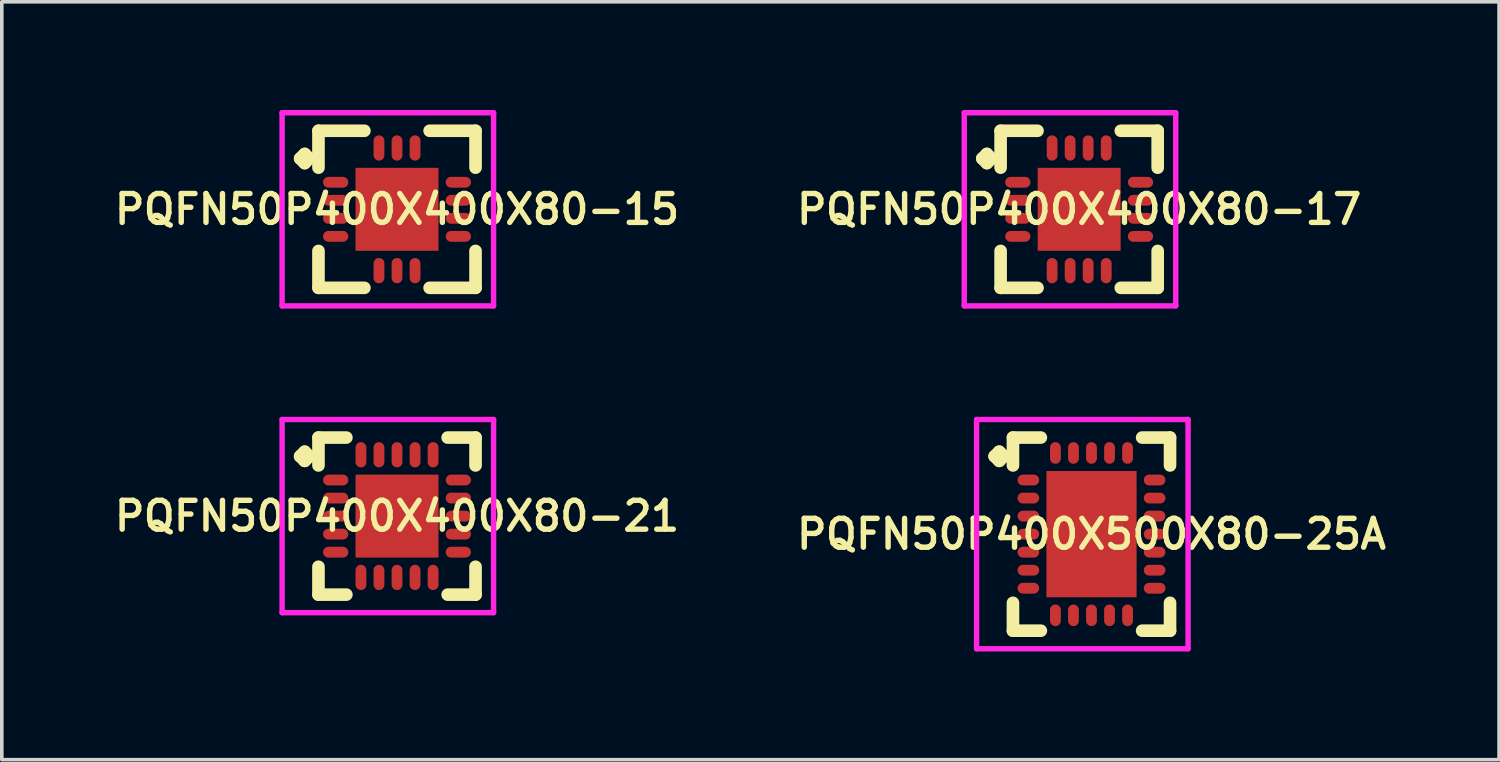
<source format=kicad_pcb>
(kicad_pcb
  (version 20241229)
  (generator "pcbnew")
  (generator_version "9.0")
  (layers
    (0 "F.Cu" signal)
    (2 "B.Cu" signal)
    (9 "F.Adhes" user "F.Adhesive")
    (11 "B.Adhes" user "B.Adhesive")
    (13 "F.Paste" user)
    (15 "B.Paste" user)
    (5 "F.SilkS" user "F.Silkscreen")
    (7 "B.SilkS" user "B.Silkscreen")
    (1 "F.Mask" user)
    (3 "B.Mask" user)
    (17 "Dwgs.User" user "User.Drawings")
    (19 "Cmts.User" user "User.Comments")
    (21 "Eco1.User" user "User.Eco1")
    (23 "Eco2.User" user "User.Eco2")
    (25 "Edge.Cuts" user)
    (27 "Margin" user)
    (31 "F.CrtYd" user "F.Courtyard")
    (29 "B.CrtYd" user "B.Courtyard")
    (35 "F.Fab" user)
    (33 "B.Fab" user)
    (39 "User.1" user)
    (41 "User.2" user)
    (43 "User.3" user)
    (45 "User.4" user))
  (footprint "PQFN50P400X400X80-15"
    (layer "F.Cu")
    (at 7.955 2.752)
    (property "Reference" "PQFN50P400X400X80-15" (at 0 0 0) (layer "F.SilkS") (effects (font (size 0.8 0.8) (thickness 0.15))))
    (attr smd)
    (fp_line (start -2.685 -1.408) (end -2.558 -1.535) (stroke (width 0.35) (type solid)) (layer "F.SilkS"))
    (fp_line (start -2.558 -1.535) (end -2.431 -1.408) (stroke (width 0.35) (type solid)) (layer "F.SilkS"))
    (fp_line (start -2.558 -1.281) (end -2.685 -1.408) (stroke (width 0.35) (type solid)) (layer "F.SilkS"))
    (fp_line (start -2.431 -1.408) (end -2.558 -1.281) (stroke (width 0.35) (type solid)) (layer "F.SilkS"))
    (fp_line (start -2.177 -2.177) (end -0.904 -2.177) (stroke (width 0.35) (type solid)) (layer "F.SilkS"))
    (fp_line (start -2.177 -1.154) (end -2.177 -2.177) (stroke (width 0.35) (type solid)) (layer "F.SilkS"))
    (fp_line (start -2.177 1.154) (end -2.177 2.177) (stroke (width 0.35) (type solid)) (layer "F.SilkS"))
    (fp_line (start -2.177 2.177) (end -0.904 2.177) (stroke (width 0.35) (type solid)) (layer "F.SilkS"))
    (fp_line (start 0.904 -2.177) (end 2.177 -2.177) (stroke (width 0.35) (type solid)) (layer "F.SilkS"))
    (fp_line (start 0.904 2.177) (end 2.177 2.177) (stroke (width 0.35) (type solid)) (layer "F.SilkS"))
    (fp_line (start 2.177 -2.177) (end 2.177 -1.154) (stroke (width 0.35) (type solid)) (layer "F.SilkS"))
    (fp_line (start 2.177 2.177) (end 2.177 1.154) (stroke (width 0.35) (type solid)) (layer "F.SilkS"))
    (fp_line (start -3.185 -2.677) (end 2.677 -2.677) (stroke (width 0.15) (type solid)) (layer "F.CrtYd"))
    (fp_line (start -3.185 2.677) (end -3.185 -2.677) (stroke (width 0.15) (type solid)) (layer "F.CrtYd"))
    (fp_line (start 2.677 -2.677) (end 2.677 2.677) (stroke (width 0.15) (type solid)) (layer "F.CrtYd"))
    (fp_line (start 2.677 2.677) (end -3.185 2.677) (stroke (width 0.15) (type solid)) (layer "F.CrtYd"))
    (pad "1" smd oval (at -1.7 -0.75) (size 0.7 0.3) (layers "F.Cu" "F.Mask" "F.Paste"))
    (pad "2" smd oval (at -1.7 -0.25) (size 0.7 0.3) (layers "F.Cu" "F.Mask" "F.Paste"))
    (pad "3" smd oval (at -1.7 0.25) (size 0.7 0.3) (layers "F.Cu" "F.Mask" "F.Paste"))
    (pad "4" smd oval (at -1.7 0.75) (size 0.7 0.3) (layers "F.Cu" "F.Mask" "F.Paste"))
    (pad "5" smd oval (at -0.5 1.7) (size 0.3 0.7) (layers "F.Cu" "F.Mask" "F.Paste"))
    (pad "6" smd oval (at 0 1.7) (size 0.3 0.7) (layers "F.Cu" "F.Mask" "F.Paste"))
    (pad "7" smd oval (at 0.5 1.7) (size 0.3 0.7) (layers "F.Cu" "F.Mask" "F.Paste"))
    (pad "8" smd oval (at 1.7 0.75) (size 0.7 0.3) (layers "F.Cu" "F.Mask" "F.Paste"))
    (pad "9" smd oval (at 1.7 0.25) (size 0.7 0.3) (layers "F.Cu" "F.Mask" "F.Paste"))
    (pad "10" smd oval (at 1.7 -0.25) (size 0.7 0.3) (layers "F.Cu" "F.Mask" "F.Paste"))
    (pad "11" smd oval (at 1.7 -0.75) (size 0.7 0.3) (layers "F.Cu" "F.Mask" "F.Paste"))
    (pad "12" smd oval (at 0.5 -1.7) (size 0.3 0.7) (layers "F.Cu" "F.Mask" "F.Paste"))
    (pad "13" smd oval (at 0 -1.7) (size 0.3 0.7) (layers "F.Cu" "F.Mask" "F.Paste"))
    (pad "14" smd oval (at -0.5 -1.7) (size 0.3 0.7) (layers "F.Cu" "F.Mask" "F.Paste"))
    (pad "15" smd rect (at 0 0) (size 2.3 2.3) (layers "F.Cu" "F.Mask" "F.Paste")))
  (footprint "PQFN50P400X500X80-25A"
    (layer "F.Cu")
    (at 27.206 11.756)
    (property "Reference" "PQFN50P400X500X80-25A" (at 0 0 0) (layer "F.SilkS") (effects (font (size 0.8 0.8) (thickness 0.15))))
    (attr smd)
    (fp_line (start -2.685 -2.158) (end -2.558 -2.285) (stroke (width 0.35) (type solid)) (layer "F.SilkS"))
    (fp_line (start -2.558 -2.285) (end -2.431 -2.158) (stroke (width 0.35) (type solid)) (layer "F.SilkS"))
    (fp_line (start -2.558 -2.031) (end -2.685 -2.158) (stroke (width 0.35) (type solid)) (layer "F.SilkS"))
    (fp_line (start -2.431 -2.158) (end -2.558 -2.031) (stroke (width 0.35) (type solid)) (layer "F.SilkS"))
    (fp_line (start -2.177 -2.677) (end -1.404 -2.677) (stroke (width 0.35) (type solid)) (layer "F.SilkS"))
    (fp_line (start -2.177 -1.904) (end -2.177 -2.677) (stroke (width 0.35) (type solid)) (layer "F.SilkS"))
    (fp_line (start -2.177 1.904) (end -2.177 2.677) (stroke (width 0.35) (type solid)) (layer "F.SilkS"))
    (fp_line (start -2.177 2.677) (end -1.404 2.677) (stroke (width 0.35) (type solid)) (layer "F.SilkS"))
    (fp_line (start 1.404 -2.677) (end 2.177 -2.677) (stroke (width 0.35) (type solid)) (layer "F.SilkS"))
    (fp_line (start 1.404 2.677) (end 2.177 2.677) (stroke (width 0.35) (type solid)) (layer "F.SilkS"))
    (fp_line (start 2.177 -2.677) (end 2.177 -1.904) (stroke (width 0.35) (type solid)) (layer "F.SilkS"))
    (fp_line (start 2.177 2.677) (end 2.177 1.904) (stroke (width 0.35) (type solid)) (layer "F.SilkS"))
    (fp_line (start -3.185 -3.177) (end 2.677 -3.177) (stroke (width 0.15) (type solid)) (layer "F.CrtYd"))
    (fp_line (start -3.185 3.177) (end -3.185 -3.177) (stroke (width 0.15) (type solid)) (layer "F.CrtYd"))
    (fp_line (start 2.677 -3.177) (end 2.677 3.177) (stroke (width 0.15) (type solid)) (layer "F.CrtYd"))
    (fp_line (start 2.677 3.177) (end -3.185 3.177) (stroke (width 0.15) (type solid)) (layer "F.CrtYd"))
    (pad "1" smd oval (at -1.75 -1.5) (size 0.6 0.3) (layers "F.Cu" "F.Mask" "F.Paste"))
    (pad "2" smd oval (at -1.75 -1) (size 0.6 0.3) (layers "F.Cu" "F.Mask" "F.Paste"))
    (pad "3" smd oval (at -1.75 -0.5) (size 0.6 0.3) (layers "F.Cu" "F.Mask" "F.Paste"))
    (pad "4" smd oval (at -1.75 0) (size 0.6 0.3) (layers "F.Cu" "F.Mask" "F.Paste"))
    (pad "5" smd oval (at -1.75 0.5) (size 0.6 0.3) (layers "F.Cu" "F.Mask" "F.Paste"))
    (pad "6" smd oval (at -1.75 1) (size 0.6 0.3) (layers "F.Cu" "F.Mask" "F.Paste"))
    (pad "7" smd oval (at -1.75 1.5) (size 0.6 0.3) (layers "F.Cu" "F.Mask" "F.Paste"))
    (pad "8" smd oval (at -1 2.25) (size 0.3 0.6) (layers "F.Cu" "F.Mask" "F.Paste"))
    (pad "9" smd oval (at -0.5 2.25) (size 0.3 0.6) (layers "F.Cu" "F.Mask" "F.Paste"))
    (pad "10" smd oval (at 0 2.25) (size 0.3 0.6) (layers "F.Cu" "F.Mask" "F.Paste"))
    (pad "11" smd oval (at 0.5 2.25) (size 0.3 0.6) (layers "F.Cu" "F.Mask" "F.Paste"))
    (pad "12" smd oval (at 1 2.25) (size 0.3 0.6) (layers "F.Cu" "F.Mask" "F.Paste"))
    (pad "13" smd oval (at 1.75 1.5) (size 0.6 0.3) (layers "F.Cu" "F.Mask" "F.Paste"))
    (pad "14" smd oval (at 1.75 1) (size 0.6 0.3) (layers "F.Cu" "F.Mask" "F.Paste"))
    (pad "15" smd oval (at 1.75 0.5) (size 0.6 0.3) (layers "F.Cu" "F.Mask" "F.Paste"))
    (pad "16" smd oval (at 1.75 0) (size 0.6 0.3) (layers "F.Cu" "F.Mask" "F.Paste"))
    (pad "17" smd oval (at 1.75 -0.5) (size 0.6 0.3) (layers "F.Cu" "F.Mask" "F.Paste"))
    (pad "18" smd oval (at 1.75 -1) (size 0.6 0.3) (layers "F.Cu" "F.Mask" "F.Paste"))
    (pad "19" smd oval (at 1.75 -1.5) (size 0.6 0.3) (layers "F.Cu" "F.Mask" "F.Paste"))
    (pad "20" smd oval (at 1 -2.25) (size 0.3 0.6) (layers "F.Cu" "F.Mask" "F.Paste"))
    (pad "21" smd oval (at 0.5 -2.25) (size 0.3 0.6) (layers "F.Cu" "F.Mask" "F.Paste"))
    (pad "22" smd oval (at 0 -2.25) (size 0.3 0.6) (layers "F.Cu" "F.Mask" "F.Paste"))
    (pad "23" smd oval (at -0.5 -2.25) (size 0.3 0.6) (layers "F.Cu" "F.Mask" "F.Paste"))
    (pad "24" smd oval (at -1 -2.25) (size 0.3 0.6) (layers "F.Cu" "F.Mask" "F.Paste"))
    (pad "25" smd rect (at 0 0) (size 2.5 3.5) (layers "F.Cu" "F.Mask" "F.Paste")))
  (footprint "PQFN50P400X400X80-21"
    (layer "F.Cu")
    (at 7.955 11.256)
    (property "Reference" "PQFN50P400X400X80-21" (at 0 0 0) (layer "F.SilkS") (effects (font (size 0.8 0.8) (thickness 0.15))))
    (attr smd)
    (fp_line (start -2.685 -1.658) (end -2.558 -1.785) (stroke (width 0.35) (type solid)) (layer "F.SilkS"))
    (fp_line (start -2.558 -1.785) (end -2.431 -1.658) (stroke (width 0.35) (type solid)) (layer "F.SilkS"))
    (fp_line (start -2.558 -1.531) (end -2.685 -1.658) (stroke (width 0.35) (type solid)) (layer "F.SilkS"))
    (fp_line (start -2.431 -1.658) (end -2.558 -1.531) (stroke (width 0.35) (type solid)) (layer "F.SilkS"))
    (fp_line (start -2.177 -2.177) (end -1.404 -2.177) (stroke (width 0.35) (type solid)) (layer "F.SilkS"))
    (fp_line (start -2.177 -1.404) (end -2.177 -2.177) (stroke (width 0.35) (type solid)) (layer "F.SilkS"))
    (fp_line (start -2.177 1.404) (end -2.177 2.177) (stroke (width 0.35) (type solid)) (layer "F.SilkS"))
    (fp_line (start -2.177 2.177) (end -1.404 2.177) (stroke (width 0.35) (type solid)) (layer "F.SilkS"))
    (fp_line (start 1.404 -2.177) (end 2.177 -2.177) (stroke (width 0.35) (type solid)) (layer "F.SilkS"))
    (fp_line (start 1.404 2.177) (end 2.177 2.177) (stroke (width 0.35) (type solid)) (layer "F.SilkS"))
    (fp_line (start 2.177 -2.177) (end 2.177 -1.404) (stroke (width 0.35) (type solid)) (layer "F.SilkS"))
    (fp_line (start 2.177 2.177) (end 2.177 1.404) (stroke (width 0.35) (type solid)) (layer "F.SilkS"))
    (fp_line (start -3.185 -2.677) (end 2.677 -2.677) (stroke (width 0.15) (type solid)) (layer "F.CrtYd"))
    (fp_line (start -3.185 2.677) (end -3.185 -2.677) (stroke (width 0.15) (type solid)) (layer "F.CrtYd"))
    (fp_line (start 2.677 -2.677) (end 2.677 2.677) (stroke (width 0.15) (type solid)) (layer "F.CrtYd"))
    (fp_line (start 2.677 2.677) (end -3.185 2.677) (stroke (width 0.15) (type solid)) (layer "F.CrtYd"))
    (pad "1" smd oval (at -1.7 -1) (size 0.7 0.3) (layers "F.Cu" "F.Mask" "F.Paste"))
    (pad "2" smd oval (at -1.7 -0.5) (size 0.7 0.3) (layers "F.Cu" "F.Mask" "F.Paste"))
    (pad "3" smd oval (at -1.7 0) (size 0.7 0.3) (layers "F.Cu" "F.Mask" "F.Paste"))
    (pad "4" smd oval (at -1.7 0.5) (size 0.7 0.3) (layers "F.Cu" "F.Mask" "F.Paste"))
    (pad "5" smd oval (at -1.7 1) (size 0.7 0.3) (layers "F.Cu" "F.Mask" "F.Paste"))
    (pad "6" smd oval (at -1 1.7) (size 0.3 0.7) (layers "F.Cu" "F.Mask" "F.Paste"))
    (pad "7" smd oval (at -0.5 1.7) (size 0.3 0.7) (layers "F.Cu" "F.Mask" "F.Paste"))
    (pad "8" smd oval (at 0 1.7) (size 0.3 0.7) (layers "F.Cu" "F.Mask" "F.Paste"))
    (pad "9" smd oval (at 0.5 1.7) (size 0.3 0.7) (layers "F.Cu" "F.Mask" "F.Paste"))
    (pad "10" smd oval (at 1 1.7) (size 0.3 0.7) (layers "F.Cu" "F.Mask" "F.Paste"))
    (pad "11" smd oval (at 1.7 1) (size 0.7 0.3) (layers "F.Cu" "F.Mask" "F.Paste"))
    (pad "12" smd oval (at 1.7 0.5) (size 0.7 0.3) (layers "F.Cu" "F.Mask" "F.Paste"))
    (pad "13" smd oval (at 1.7 0) (size 0.7 0.3) (layers "F.Cu" "F.Mask" "F.Paste"))
    (pad "14" smd oval (at 1.7 -0.5) (size 0.7 0.3) (layers "F.Cu" "F.Mask" "F.Paste"))
    (pad "15" smd oval (at 1.7 -1) (size 0.7 0.3) (layers "F.Cu" "F.Mask" "F.Paste"))
    (pad "16" smd oval (at 1 -1.7) (size 0.3 0.7) (layers "F.Cu" "F.Mask" "F.Paste"))
    (pad "17" smd oval (at 0.5 -1.7) (size 0.3 0.7) (layers "F.Cu" "F.Mask" "F.Paste"))
    (pad "18" smd oval (at 0 -1.7) (size 0.3 0.7) (layers "F.Cu" "F.Mask" "F.Paste"))
    (pad "19" smd oval (at -0.5 -1.7) (size 0.3 0.7) (layers "F.Cu" "F.Mask" "F.Paste"))
    (pad "20" smd oval (at -1 -1.7) (size 0.3 0.7) (layers "F.Cu" "F.Mask" "F.Paste"))
    (pad "21" smd rect (at 0 0) (size 2.3 2.3) (layers "F.Cu" "F.Mask" "F.Paste")))
  (footprint "PQFN50P400X400X80-17"
    (layer "F.Cu")
    (at 26.864 2.752)
    (property "Reference" "PQFN50P400X400X80-17" (at 0 0 0) (layer "F.SilkS") (effects (font (size 0.8 0.8) (thickness 0.15))))
    (attr smd)
    (fp_line (start -2.685 -1.408) (end -2.558 -1.535) (stroke (width 0.35) (type solid)) (layer "F.SilkS"))
    (fp_line (start -2.558 -1.535) (end -2.431 -1.408) (stroke (width 0.35) (type solid)) (layer "F.SilkS"))
    (fp_line (start -2.558 -1.281) (end -2.685 -1.408) (stroke (width 0.35) (type solid)) (layer "F.SilkS"))
    (fp_line (start -2.431 -1.408) (end -2.558 -1.281) (stroke (width 0.35) (type solid)) (layer "F.SilkS"))
    (fp_line (start -2.177 -2.177) (end -1.154 -2.177) (stroke (width 0.35) (type solid)) (layer "F.SilkS"))
    (fp_line (start -2.177 -1.154) (end -2.177 -2.177) (stroke (width 0.35) (type solid)) (layer "F.SilkS"))
    (fp_line (start -2.177 1.154) (end -2.177 2.177) (stroke (width 0.35) (type solid)) (layer "F.SilkS"))
    (fp_line (start -2.177 2.177) (end -1.154 2.177) (stroke (width 0.35) (type solid)) (layer "F.SilkS"))
    (fp_line (start 1.154 -2.177) (end 2.177 -2.177) (stroke (width 0.35) (type solid)) (layer "F.SilkS"))
    (fp_line (start 1.154 2.177) (end 2.177 2.177) (stroke (width 0.35) (type solid)) (layer "F.SilkS"))
    (fp_line (start 2.177 -2.177) (end 2.177 -1.154) (stroke (width 0.35) (type solid)) (layer "F.SilkS"))
    (fp_line (start 2.177 2.177) (end 2.177 1.154) (stroke (width 0.35) (type solid)) (layer "F.SilkS"))
    (fp_line (start -3.185 -2.677) (end 2.677 -2.677) (stroke (width 0.15) (type solid)) (layer "F.CrtYd"))
    (fp_line (start -3.185 2.677) (end -3.185 -2.677) (stroke (width 0.15) (type solid)) (layer "F.CrtYd"))
    (fp_line (start 2.677 -2.677) (end 2.677 2.677) (stroke (width 0.15) (type solid)) (layer "F.CrtYd"))
    (fp_line (start 2.677 2.677) (end -3.185 2.677) (stroke (width 0.15) (type solid)) (layer "F.CrtYd"))
    (pad "1" smd oval (at -1.7 -0.75) (size 0.7 0.3) (layers "F.Cu" "F.Mask" "F.Paste"))
    (pad "2" smd oval (at -1.7 -0.25) (size 0.7 0.3) (layers "F.Cu" "F.Mask" "F.Paste"))
    (pad "3" smd oval (at -1.7 0.25) (size 0.7 0.3) (layers "F.Cu" "F.Mask" "F.Paste"))
    (pad "4" smd oval (at -1.7 0.75) (size 0.7 0.3) (layers "F.Cu" "F.Mask" "F.Paste"))
    (pad "5" smd oval (at -0.75 1.7) (size 0.3 0.7) (layers "F.Cu" "F.Mask" "F.Paste"))
    (pad "6" smd oval (at -0.25 1.7) (size 0.3 0.7) (layers "F.Cu" "F.Mask" "F.Paste"))
    (pad "7" smd oval (at 0.25 1.7) (size 0.3 0.7) (layers "F.Cu" "F.Mask" "F.Paste"))
    (pad "8" smd oval (at 0.75 1.7) (size 0.3 0.7) (layers "F.Cu" "F.Mask" "F.Paste"))
    (pad "9" smd oval (at 1.7 0.75) (size 0.7 0.3) (layers "F.Cu" "F.Mask" "F.Paste"))
    (pad "10" smd oval (at 1.7 0.25) (size 0.7 0.3) (layers "F.Cu" "F.Mask" "F.Paste"))
    (pad "11" smd oval (at 1.7 -0.25) (size 0.7 0.3) (layers "F.Cu" "F.Mask" "F.Paste"))
    (pad "12" smd oval (at 1.7 -0.75) (size 0.7 0.3) (layers "F.Cu" "F.Mask" "F.Paste"))
    (pad "13" smd oval (at 0.75 -1.7) (size 0.3 0.7) (layers "F.Cu" "F.Mask" "F.Paste"))
    (pad "14" smd oval (at 0.25 -1.7) (size 0.3 0.7) (layers "F.Cu" "F.Mask" "F.Paste"))
    (pad "15" smd oval (at -0.25 -1.7) (size 0.3 0.7) (layers "F.Cu" "F.Mask" "F.Paste"))
    (pad "16" smd oval (at -0.75 -1.7) (size 0.3 0.7) (layers "F.Cu" "F.Mask" "F.Paste"))
    (pad "17" smd rect (at 0 0) (size 2.3 2.3) (layers "F.Cu" "F.Mask" "F.Paste")))
  (gr_rect
    (start -3 -3)
    (end 38.504 18.008)
    (stroke (width 0.1) (type default))
    (fill no)
    (layer "Edge.Cuts")))
</source>
